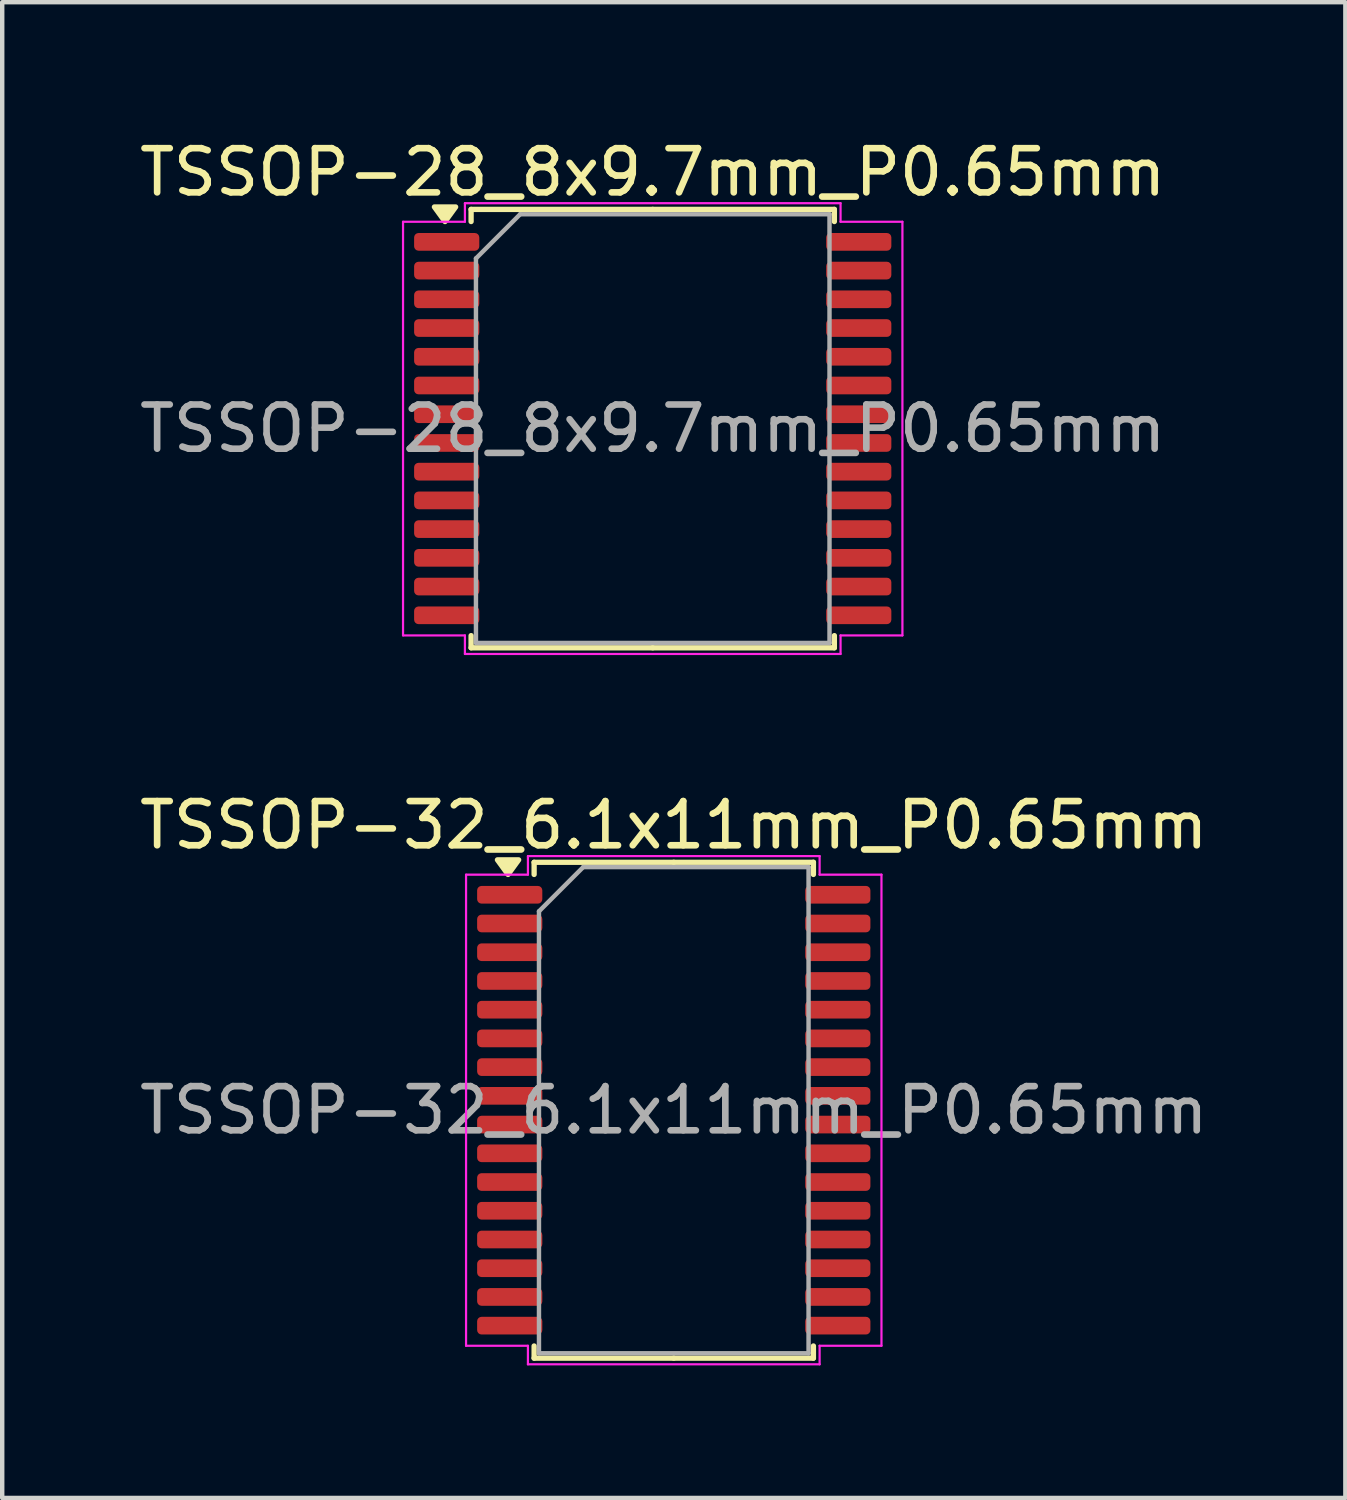
<source format=kicad_pcb>
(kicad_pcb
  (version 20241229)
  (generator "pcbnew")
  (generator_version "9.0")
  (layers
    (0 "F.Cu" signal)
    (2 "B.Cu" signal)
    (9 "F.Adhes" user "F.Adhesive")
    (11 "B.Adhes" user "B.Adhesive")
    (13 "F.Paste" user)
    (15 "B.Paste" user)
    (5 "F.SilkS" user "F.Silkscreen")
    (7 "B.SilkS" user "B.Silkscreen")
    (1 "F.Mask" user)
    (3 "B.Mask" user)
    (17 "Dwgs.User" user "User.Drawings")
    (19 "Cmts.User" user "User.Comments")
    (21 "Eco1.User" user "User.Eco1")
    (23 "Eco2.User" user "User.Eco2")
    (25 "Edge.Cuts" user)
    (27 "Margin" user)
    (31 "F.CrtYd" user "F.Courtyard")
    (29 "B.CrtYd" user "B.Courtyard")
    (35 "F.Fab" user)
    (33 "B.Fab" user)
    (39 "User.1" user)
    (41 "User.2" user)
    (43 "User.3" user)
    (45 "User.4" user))
  (footprint "TSSOP-32_6.1x11mm_P0.65mm"
    (layer "F.Cu")
    (at 12.196 22.072)
    (property "Reference" "TSSOP-32_6.1x11mm_P0.65mm" (at 0 -6.45 0) (layer "F.SilkS") (effects (font (size 1 1) (thickness 0.15))))
    (attr smd)
    (fp_line (start -3.16 -5.61) (end -3.16 -5.335) (stroke (width 0.12) (type solid)) (layer "F.SilkS"))
    (fp_line (start -3.16 5.61) (end -3.16 5.335) (stroke (width 0.12) (type solid)) (layer "F.SilkS"))
    (fp_line (start 0 -5.61) (end -3.16 -5.61) (stroke (width 0.12) (type solid)) (layer "F.SilkS"))
    (fp_line (start 0 -5.61) (end 3.16 -5.61) (stroke (width 0.12) (type solid)) (layer "F.SilkS"))
    (fp_line (start 0 5.61) (end -3.16 5.61) (stroke (width 0.12) (type solid)) (layer "F.SilkS"))
    (fp_line (start 0 5.61) (end 3.16 5.61) (stroke (width 0.12) (type solid)) (layer "F.SilkS"))
    (fp_line (start 3.16 -5.61) (end 3.16 -5.335) (stroke (width 0.12) (type solid)) (layer "F.SilkS"))
    (fp_line (start 3.16 5.61) (end 3.16 5.335) (stroke (width 0.12) (type solid)) (layer "F.SilkS"))
    (fp_poly (pts (xy -3.75 -5.335) (xy -3.99 -5.665) (xy -3.51 -5.665)) (stroke (width 0.12) (type solid)) (fill yes) (layer "F.SilkS"))
    (fp_line (start -4.7 -5.33) (end -3.3 -5.33) (stroke (width 0.05) (type solid)) (layer "F.CrtYd"))
    (fp_line (start -4.7 5.33) (end -4.7 -5.33) (stroke (width 0.05) (type solid)) (layer "F.CrtYd"))
    (fp_line (start -3.3 -5.75) (end 3.3 -5.75) (stroke (width 0.05) (type solid)) (layer "F.CrtYd"))
    (fp_line (start -3.3 -5.33) (end -3.3 -5.75) (stroke (width 0.05) (type solid)) (layer "F.CrtYd"))
    (fp_line (start -3.3 5.33) (end -4.7 5.33) (stroke (width 0.05) (type solid)) (layer "F.CrtYd"))
    (fp_line (start -3.3 5.75) (end -3.3 5.33) (stroke (width 0.05) (type solid)) (layer "F.CrtYd"))
    (fp_line (start 3.3 -5.75) (end 3.3 -5.33) (stroke (width 0.05) (type solid)) (layer "F.CrtYd"))
    (fp_line (start 3.3 -5.33) (end 4.7 -5.33) (stroke (width 0.05) (type solid)) (layer "F.CrtYd"))
    (fp_line (start 3.3 5.33) (end 3.3 5.75) (stroke (width 0.05) (type solid)) (layer "F.CrtYd"))
    (fp_line (start 3.3 5.75) (end -3.3 5.75) (stroke (width 0.05) (type solid)) (layer "F.CrtYd"))
    (fp_line (start 4.7 -5.33) (end 4.7 5.33) (stroke (width 0.05) (type solid)) (layer "F.CrtYd"))
    (fp_line (start 4.7 5.33) (end 3.3 5.33) (stroke (width 0.05) (type solid)) (layer "F.CrtYd"))
    (fp_line (start -3.05 -4.5) (end -2.05 -5.5) (stroke (width 0.1) (type solid)) (layer "F.Fab"))
    (fp_line (start -3.05 5.5) (end -3.05 -4.5) (stroke (width 0.1) (type solid)) (layer "F.Fab"))
    (fp_line (start -2.05 -5.5) (end 3.05 -5.5) (stroke (width 0.1) (type solid)) (layer "F.Fab"))
    (fp_line (start 3.05 -5.5) (end 3.05 5.5) (stroke (width 0.1) (type solid)) (layer "F.Fab"))
    (fp_line (start 3.05 5.5) (end -3.05 5.5) (stroke (width 0.1) (type solid)) (layer "F.Fab"))
    (fp_text user "${REFERENCE}" (at 0 0 0) (layer "F.Fab") (effects (font (size 1 1) (thickness 0.15))))
    (pad "1" smd roundrect (at -3.712 -4.875) (size 1.475 0.4) (layers "F.Cu" "F.Mask" "F.Paste") (roundrect_rratio 0.25))
    (pad "2" smd roundrect (at -3.712 -4.225) (size 1.475 0.4) (layers "F.Cu" "F.Mask" "F.Paste") (roundrect_rratio 0.25))
    (pad "3" smd roundrect (at -3.712 -3.575) (size 1.475 0.4) (layers "F.Cu" "F.Mask" "F.Paste") (roundrect_rratio 0.25))
    (pad "4" smd roundrect (at -3.712 -2.925) (size 1.475 0.4) (layers "F.Cu" "F.Mask" "F.Paste") (roundrect_rratio 0.25))
    (pad "5" smd roundrect (at -3.712 -2.275) (size 1.475 0.4) (layers "F.Cu" "F.Mask" "F.Paste") (roundrect_rratio 0.25))
    (pad "6" smd roundrect (at -3.712 -1.625) (size 1.475 0.4) (layers "F.Cu" "F.Mask" "F.Paste") (roundrect_rratio 0.25))
    (pad "7" smd roundrect (at -3.712 -0.975) (size 1.475 0.4) (layers "F.Cu" "F.Mask" "F.Paste") (roundrect_rratio 0.25))
    (pad "8" smd roundrect (at -3.712 -0.325) (size 1.475 0.4) (layers "F.Cu" "F.Mask" "F.Paste") (roundrect_rratio 0.25))
    (pad "9" smd roundrect (at -3.712 0.325) (size 1.475 0.4) (layers "F.Cu" "F.Mask" "F.Paste") (roundrect_rratio 0.25))
    (pad "10" smd roundrect (at -3.712 0.975) (size 1.475 0.4) (layers "F.Cu" "F.Mask" "F.Paste") (roundrect_rratio 0.25))
    (pad "11" smd roundrect (at -3.712 1.625) (size 1.475 0.4) (layers "F.Cu" "F.Mask" "F.Paste") (roundrect_rratio 0.25))
    (pad "12" smd roundrect (at -3.712 2.275) (size 1.475 0.4) (layers "F.Cu" "F.Mask" "F.Paste") (roundrect_rratio 0.25))
    (pad "13" smd roundrect (at -3.712 2.925) (size 1.475 0.4) (layers "F.Cu" "F.Mask" "F.Paste") (roundrect_rratio 0.25))
    (pad "14" smd roundrect (at -3.712 3.575) (size 1.475 0.4) (layers "F.Cu" "F.Mask" "F.Paste") (roundrect_rratio 0.25))
    (pad "15" smd roundrect (at -3.712 4.225) (size 1.475 0.4) (layers "F.Cu" "F.Mask" "F.Paste") (roundrect_rratio 0.25))
    (pad "16" smd roundrect (at -3.712 4.875) (size 1.475 0.4) (layers "F.Cu" "F.Mask" "F.Paste") (roundrect_rratio 0.25))
    (pad "17" smd roundrect (at 3.712 4.875) (size 1.475 0.4) (layers "F.Cu" "F.Mask" "F.Paste") (roundrect_rratio 0.25))
    (pad "18" smd roundrect (at 3.712 4.225) (size 1.475 0.4) (layers "F.Cu" "F.Mask" "F.Paste") (roundrect_rratio 0.25))
    (pad "19" smd roundrect (at 3.712 3.575) (size 1.475 0.4) (layers "F.Cu" "F.Mask" "F.Paste") (roundrect_rratio 0.25))
    (pad "20" smd roundrect (at 3.712 2.925) (size 1.475 0.4) (layers "F.Cu" "F.Mask" "F.Paste") (roundrect_rratio 0.25))
    (pad "21" smd roundrect (at 3.712 2.275) (size 1.475 0.4) (layers "F.Cu" "F.Mask" "F.Paste") (roundrect_rratio 0.25))
    (pad "22" smd roundrect (at 3.712 1.625) (size 1.475 0.4) (layers "F.Cu" "F.Mask" "F.Paste") (roundrect_rratio 0.25))
    (pad "23" smd roundrect (at 3.712 0.975) (size 1.475 0.4) (layers "F.Cu" "F.Mask" "F.Paste") (roundrect_rratio 0.25))
    (pad "24" smd roundrect (at 3.712 0.325) (size 1.475 0.4) (layers "F.Cu" "F.Mask" "F.Paste") (roundrect_rratio 0.25))
    (pad "25" smd roundrect (at 3.712 -0.325) (size 1.475 0.4) (layers "F.Cu" "F.Mask" "F.Paste") (roundrect_rratio 0.25))
    (pad "26" smd roundrect (at 3.712 -0.975) (size 1.475 0.4) (layers "F.Cu" "F.Mask" "F.Paste") (roundrect_rratio 0.25))
    (pad "27" smd roundrect (at 3.712 -1.625) (size 1.475 0.4) (layers "F.Cu" "F.Mask" "F.Paste") (roundrect_rratio 0.25))
    (pad "28" smd roundrect (at 3.712 -2.275) (size 1.475 0.4) (layers "F.Cu" "F.Mask" "F.Paste") (roundrect_rratio 0.25))
    (pad "29" smd roundrect (at 3.712 -2.925) (size 1.475 0.4) (layers "F.Cu" "F.Mask" "F.Paste") (roundrect_rratio 0.25))
    (pad "30" smd roundrect (at 3.712 -3.575) (size 1.475 0.4) (layers "F.Cu" "F.Mask" "F.Paste") (roundrect_rratio 0.25))
    (pad "31" smd roundrect (at 3.712 -4.225) (size 1.475 0.4) (layers "F.Cu" "F.Mask" "F.Paste") (roundrect_rratio 0.25))
    (pad "32" smd roundrect (at 3.712 -4.875) (size 1.475 0.4) (layers "F.Cu" "F.Mask" "F.Paste") (roundrect_rratio 0.25)))
  (footprint "TSSOP-28_8x9.7mm_P0.65mm"
    (layer "F.Cu")
    (at 11.72 6.648)
    (property "Reference" "TSSOP-28_8x9.7mm_P0.65mm" (at 0 -5.8 0) (layer "F.SilkS") (effects (font (size 1 1) (thickness 0.15))))
    (attr smd)
    (fp_line (start -4.11 -4.96) (end -4.11 -4.685) (stroke (width 0.12) (type solid)) (layer "F.SilkS"))
    (fp_line (start -4.11 4.96) (end -4.11 4.685) (stroke (width 0.12) (type solid)) (layer "F.SilkS"))
    (fp_line (start 0 -4.96) (end -4.11 -4.96) (stroke (width 0.12) (type solid)) (layer "F.SilkS"))
    (fp_line (start 0 -4.96) (end 4.11 -4.96) (stroke (width 0.12) (type solid)) (layer "F.SilkS"))
    (fp_line (start 0 4.96) (end -4.11 4.96) (stroke (width 0.12) (type solid)) (layer "F.SilkS"))
    (fp_line (start 0 4.96) (end 4.11 4.96) (stroke (width 0.12) (type solid)) (layer "F.SilkS"))
    (fp_line (start 4.11 -4.96) (end 4.11 -4.685) (stroke (width 0.12) (type solid)) (layer "F.SilkS"))
    (fp_line (start 4.11 4.96) (end 4.11 4.685) (stroke (width 0.12) (type solid)) (layer "F.SilkS"))
    (fp_poly (pts (xy -4.7 -4.685) (xy -4.94 -5.015) (xy -4.46 -5.015)) (stroke (width 0.12) (type solid)) (fill yes) (layer "F.SilkS"))
    (fp_line (start -5.65 -4.68) (end -4.25 -4.68) (stroke (width 0.05) (type solid)) (layer "F.CrtYd"))
    (fp_line (start -5.65 4.68) (end -5.65 -4.68) (stroke (width 0.05) (type solid)) (layer "F.CrtYd"))
    (fp_line (start -4.25 -5.1) (end 4.25 -5.1) (stroke (width 0.05) (type solid)) (layer "F.CrtYd"))
    (fp_line (start -4.25 -4.68) (end -4.25 -5.1) (stroke (width 0.05) (type solid)) (layer "F.CrtYd"))
    (fp_line (start -4.25 4.68) (end -5.65 4.68) (stroke (width 0.05) (type solid)) (layer "F.CrtYd"))
    (fp_line (start -4.25 5.1) (end -4.25 4.68) (stroke (width 0.05) (type solid)) (layer "F.CrtYd"))
    (fp_line (start 4.25 -5.1) (end 4.25 -4.68) (stroke (width 0.05) (type solid)) (layer "F.CrtYd"))
    (fp_line (start 4.25 -4.68) (end 5.65 -4.68) (stroke (width 0.05) (type solid)) (layer "F.CrtYd"))
    (fp_line (start 4.25 4.68) (end 4.25 5.1) (stroke (width 0.05) (type solid)) (layer "F.CrtYd"))
    (fp_line (start 4.25 5.1) (end -4.25 5.1) (stroke (width 0.05) (type solid)) (layer "F.CrtYd"))
    (fp_line (start 5.65 -4.68) (end 5.65 4.68) (stroke (width 0.05) (type solid)) (layer "F.CrtYd"))
    (fp_line (start 5.65 4.68) (end 4.25 4.68) (stroke (width 0.05) (type solid)) (layer "F.CrtYd"))
    (fp_line (start -4 -3.85) (end -3 -4.85) (stroke (width 0.1) (type solid)) (layer "F.Fab"))
    (fp_line (start -4 4.85) (end -4 -3.85) (stroke (width 0.1) (type solid)) (layer "F.Fab"))
    (fp_line (start -3 -4.85) (end 4 -4.85) (stroke (width 0.1) (type solid)) (layer "F.Fab"))
    (fp_line (start 4 -4.85) (end 4 4.85) (stroke (width 0.1) (type solid)) (layer "F.Fab"))
    (fp_line (start 4 4.85) (end -4 4.85) (stroke (width 0.1) (type solid)) (layer "F.Fab"))
    (fp_text user "${REFERENCE}" (at 0 0 0) (layer "F.Fab") (effects (font (size 1 1) (thickness 0.15))))
    (pad "1" smd roundrect (at -4.662 -4.225) (size 1.475 0.4) (layers "F.Cu" "F.Mask" "F.Paste") (roundrect_rratio 0.25))
    (pad "2" smd roundrect (at -4.662 -3.575) (size 1.475 0.4) (layers "F.Cu" "F.Mask" "F.Paste") (roundrect_rratio 0.25))
    (pad "3" smd roundrect (at -4.662 -2.925) (size 1.475 0.4) (layers "F.Cu" "F.Mask" "F.Paste") (roundrect_rratio 0.25))
    (pad "4" smd roundrect (at -4.662 -2.275) (size 1.475 0.4) (layers "F.Cu" "F.Mask" "F.Paste") (roundrect_rratio 0.25))
    (pad "5" smd roundrect (at -4.662 -1.625) (size 1.475 0.4) (layers "F.Cu" "F.Mask" "F.Paste") (roundrect_rratio 0.25))
    (pad "6" smd roundrect (at -4.662 -0.975) (size 1.475 0.4) (layers "F.Cu" "F.Mask" "F.Paste") (roundrect_rratio 0.25))
    (pad "7" smd roundrect (at -4.662 -0.325) (size 1.475 0.4) (layers "F.Cu" "F.Mask" "F.Paste") (roundrect_rratio 0.25))
    (pad "8" smd roundrect (at -4.662 0.325) (size 1.475 0.4) (layers "F.Cu" "F.Mask" "F.Paste") (roundrect_rratio 0.25))
    (pad "9" smd roundrect (at -4.662 0.975) (size 1.475 0.4) (layers "F.Cu" "F.Mask" "F.Paste") (roundrect_rratio 0.25))
    (pad "10" smd roundrect (at -4.662 1.625) (size 1.475 0.4) (layers "F.Cu" "F.Mask" "F.Paste") (roundrect_rratio 0.25))
    (pad "11" smd roundrect (at -4.662 2.275) (size 1.475 0.4) (layers "F.Cu" "F.Mask" "F.Paste") (roundrect_rratio 0.25))
    (pad "12" smd roundrect (at -4.662 2.925) (size 1.475 0.4) (layers "F.Cu" "F.Mask" "F.Paste") (roundrect_rratio 0.25))
    (pad "13" smd roundrect (at -4.662 3.575) (size 1.475 0.4) (layers "F.Cu" "F.Mask" "F.Paste") (roundrect_rratio 0.25))
    (pad "14" smd roundrect (at -4.662 4.225) (size 1.475 0.4) (layers "F.Cu" "F.Mask" "F.Paste") (roundrect_rratio 0.25))
    (pad "15" smd roundrect (at 4.662 4.225) (size 1.475 0.4) (layers "F.Cu" "F.Mask" "F.Paste") (roundrect_rratio 0.25))
    (pad "16" smd roundrect (at 4.662 3.575) (size 1.475 0.4) (layers "F.Cu" "F.Mask" "F.Paste") (roundrect_rratio 0.25))
    (pad "17" smd roundrect (at 4.662 2.925) (size 1.475 0.4) (layers "F.Cu" "F.Mask" "F.Paste") (roundrect_rratio 0.25))
    (pad "18" smd roundrect (at 4.662 2.275) (size 1.475 0.4) (layers "F.Cu" "F.Mask" "F.Paste") (roundrect_rratio 0.25))
    (pad "19" smd roundrect (at 4.662 1.625) (size 1.475 0.4) (layers "F.Cu" "F.Mask" "F.Paste") (roundrect_rratio 0.25))
    (pad "20" smd roundrect (at 4.662 0.975) (size 1.475 0.4) (layers "F.Cu" "F.Mask" "F.Paste") (roundrect_rratio 0.25))
    (pad "21" smd roundrect (at 4.662 0.325) (size 1.475 0.4) (layers "F.Cu" "F.Mask" "F.Paste") (roundrect_rratio 0.25))
    (pad "22" smd roundrect (at 4.662 -0.325) (size 1.475 0.4) (layers "F.Cu" "F.Mask" "F.Paste") (roundrect_rratio 0.25))
    (pad "23" smd roundrect (at 4.662 -0.975) (size 1.475 0.4) (layers "F.Cu" "F.Mask" "F.Paste") (roundrect_rratio 0.25))
    (pad "24" smd roundrect (at 4.662 -1.625) (size 1.475 0.4) (layers "F.Cu" "F.Mask" "F.Paste") (roundrect_rratio 0.25))
    (pad "25" smd roundrect (at 4.662 -2.275) (size 1.475 0.4) (layers "F.Cu" "F.Mask" "F.Paste") (roundrect_rratio 0.25))
    (pad "26" smd roundrect (at 4.662 -2.925) (size 1.475 0.4) (layers "F.Cu" "F.Mask" "F.Paste") (roundrect_rratio 0.25))
    (pad "27" smd roundrect (at 4.662 -3.575) (size 1.475 0.4) (layers "F.Cu" "F.Mask" "F.Paste") (roundrect_rratio 0.25))
    (pad "28" smd roundrect (at 4.662 -4.225) (size 1.475 0.4) (layers "F.Cu" "F.Mask" "F.Paste") (roundrect_rratio 0.25)))
  (gr_rect
    (start -3 -3)
    (end 27.393 30.846)
    (stroke (width 0.1) (type default))
    (fill no)
    (layer "Edge.Cuts")))
</source>
